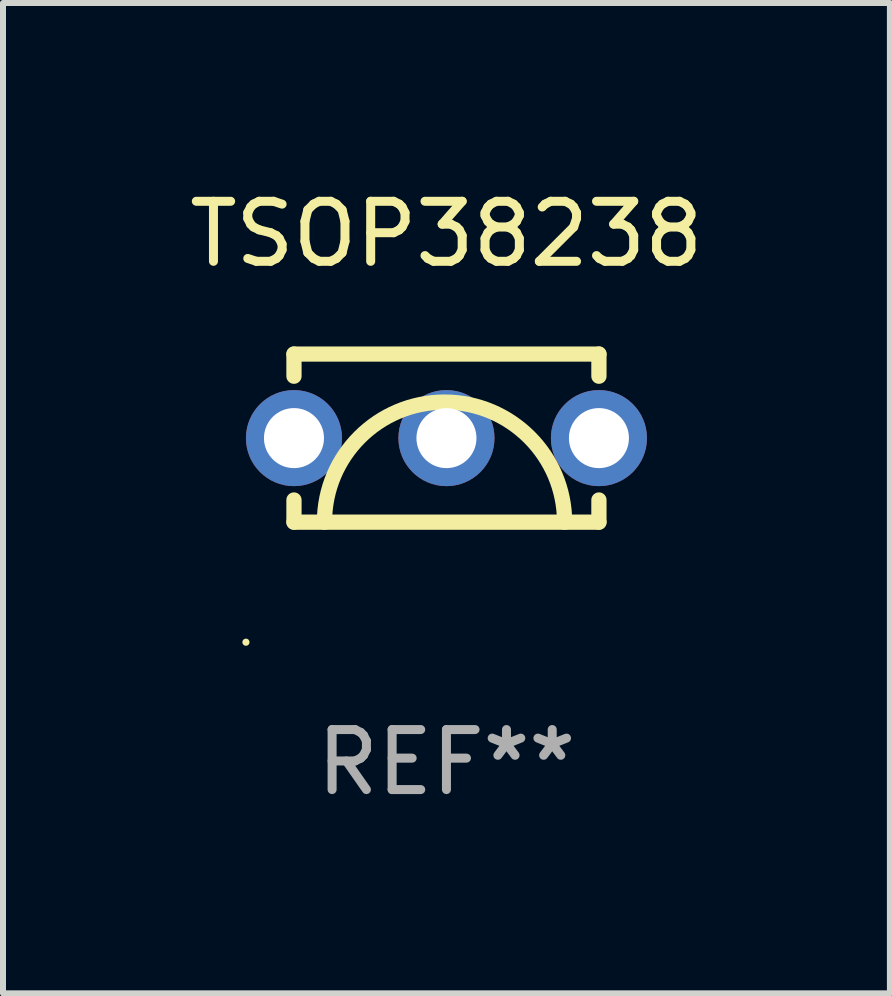
<source format=kicad_pcb>
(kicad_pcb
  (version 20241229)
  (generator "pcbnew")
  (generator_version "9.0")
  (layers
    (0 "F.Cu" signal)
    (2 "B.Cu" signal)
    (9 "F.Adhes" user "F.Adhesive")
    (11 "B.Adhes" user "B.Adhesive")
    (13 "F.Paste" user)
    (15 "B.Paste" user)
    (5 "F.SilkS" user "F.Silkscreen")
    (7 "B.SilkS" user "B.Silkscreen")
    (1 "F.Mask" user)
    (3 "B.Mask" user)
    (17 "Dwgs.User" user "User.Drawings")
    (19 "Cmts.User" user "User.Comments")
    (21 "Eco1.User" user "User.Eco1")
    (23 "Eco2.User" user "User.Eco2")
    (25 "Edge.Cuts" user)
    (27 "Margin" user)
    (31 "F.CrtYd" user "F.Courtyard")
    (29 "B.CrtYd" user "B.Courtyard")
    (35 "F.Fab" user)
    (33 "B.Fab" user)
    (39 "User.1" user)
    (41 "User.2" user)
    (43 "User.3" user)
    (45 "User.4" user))
  (footprint "TSOP38238"
    (layer "F.Cu")
    (at 4.387 4.248)
    (property "Reference" "TSOP38238" (at 0 -3.4 0) (layer "F.SilkS") (effects (font (size 1 1) (thickness 0.15))))
    (attr through_hole)
    (fp_line (start -2.54 -1.4) (end 2.54 -1.4) (stroke (width 0.254) (type solid)) (layer "F.SilkS"))
    (fp_line (start -2.54 -1.031) (end -2.54 -1.4) (stroke (width 0.254) (type solid)) (layer "F.SilkS"))
    (fp_line (start -2.54 1.4) (end -2.54 1.031) (stroke (width 0.254) (type solid)) (layer "F.SilkS"))
    (fp_line (start 2.54 -1.4) (end 2.54 -1.031) (stroke (width 0.254) (type solid)) (layer "F.SilkS"))
    (fp_line (start 2.54 1.031) (end 2.54 1.4) (stroke (width 0.254) (type solid)) (layer "F.SilkS"))
    (fp_line (start 2.54 1.4) (end -2.54 1.4) (stroke (width 0.254) (type solid)) (layer "F.SilkS"))
    (fp_arc (start -2.032004 1.4) (mid -0.032004 -0.6) (end 1.967996 1.4) (stroke (width 0.254001) (type solid)) (layer "F.SilkS"))
    (fp_circle (center -3.34 3.4) (end -3.31 3.4) (stroke (width 0.06) (type solid)) (fill no) (layer "F.SilkS"))
    (fp_text user "REF**" (at 0 5.4 0) (layer "F.Fab") (effects (font (size 1 1) (thickness 0.15))))
    (pad "1" thru_hole circle (at -2.54 0) (size 1.6 1.6) (drill 1) (layers "*.Cu" "*.Mask"))
    (pad "2" thru_hole circle (at 0 0) (size 1.6 1.6) (drill 1) (layers "*.Cu" "*.Mask"))
    (pad "3" thru_hole circle (at 2.54 0) (size 1.6 1.6) (drill 1) (layers "*.Cu" "*.Mask")))
  (gr_rect
    (start -3 -3)
    (end 11.774 13.497)
    (stroke (width 0.1) (type default))
    (fill no)
    (layer "Edge.Cuts")))
</source>
